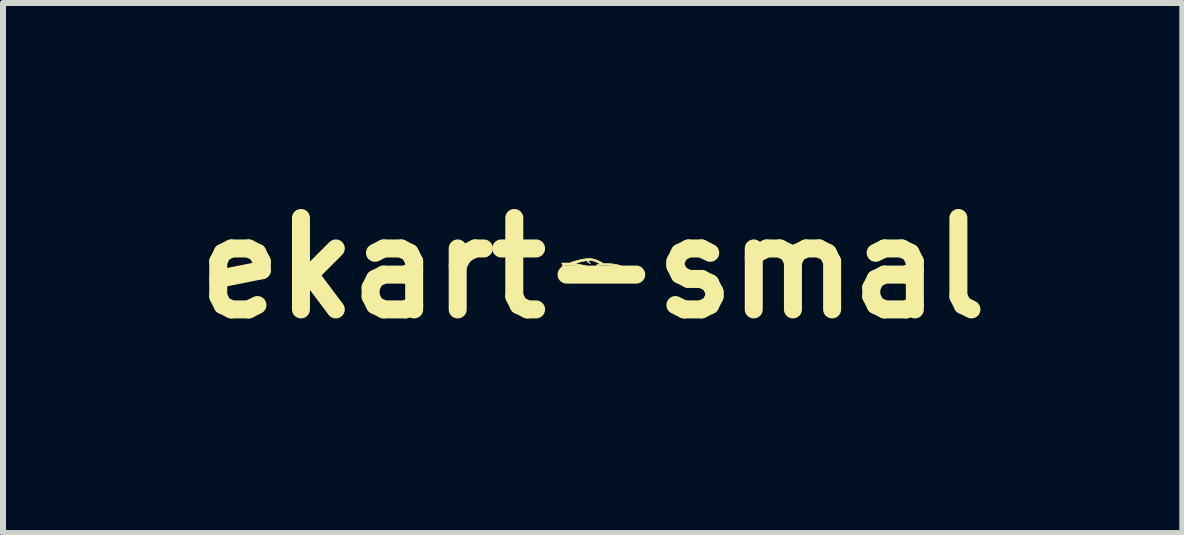
<source format=kicad_pcb>
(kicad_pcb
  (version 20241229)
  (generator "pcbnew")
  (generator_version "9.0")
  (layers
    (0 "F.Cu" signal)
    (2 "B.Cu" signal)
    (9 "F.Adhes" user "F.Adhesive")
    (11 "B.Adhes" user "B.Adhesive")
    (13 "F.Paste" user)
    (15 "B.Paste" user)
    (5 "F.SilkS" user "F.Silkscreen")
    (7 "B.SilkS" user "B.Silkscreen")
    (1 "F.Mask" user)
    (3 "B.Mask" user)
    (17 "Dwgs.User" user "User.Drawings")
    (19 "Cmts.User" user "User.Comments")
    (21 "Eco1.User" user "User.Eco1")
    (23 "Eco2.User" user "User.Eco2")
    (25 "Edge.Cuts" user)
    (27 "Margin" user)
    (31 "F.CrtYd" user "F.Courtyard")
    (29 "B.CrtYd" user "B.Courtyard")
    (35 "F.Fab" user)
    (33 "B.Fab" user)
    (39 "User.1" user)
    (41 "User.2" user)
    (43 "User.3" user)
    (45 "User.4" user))
  (footprint "ekart-smal"
    (layer "F.Cu")
    (at 6.829 1.418)
    (property "Reference" "ekart-smal" (at 0 0 0) (layer "F.SilkS") (effects (font (size 1.524 1.524) (thickness 0.3))))
    (attr through_hole)
    (fp_poly (pts (xy -0.077 -0.014) (xy -0.077 -0.013) (xy -0.079 -0.013) (xy -0.081 -0.014) (xy -0.08 -0.014) (xy -0.077 -0.015) (xy -0.077 -0.014)) (stroke (width 0.01) (type solid)) (fill yes) (layer "F.SilkS"))
    (fp_poly (pts (xy 0.108 0.125) (xy 0.114 0.125) (xy 0.116 0.127) (xy 0.117 0.128) (xy 0.116 0.13) (xy 0.112 0.131) (xy 0.105 0.132) (xy 0.098 0.132) (xy 0.088 0.132) (xy 0.082 0.131) (xy 0.079 0.13) (xy 0.079 0.128) (xy 0.08 0.126) (xy 0.083 0.125) (xy 0.09 0.125) (xy 0.098 0.124) (xy 0.108 0.125)) (stroke (width 0.01) (type solid)) (fill yes) (layer "F.SilkS"))
    (fp_poly (pts (xy 0.285 0.108) (xy 0.284 0.11) (xy 0.281 0.113) (xy 0.276 0.115) (xy 0.276 0.115) (xy 0.267 0.117) (xy 0.266 0.134) (xy 0.266 0.143) (xy 0.264 0.149) (xy 0.262 0.151) (xy 0.261 0.152) (xy 0.259 0.152) (xy 0.257 0.15) (xy 0.257 0.144) (xy 0.257 0.135) (xy 0.257 0.126) (xy 0.258 0.119) (xy 0.259 0.115) (xy 0.262 0.112) (xy 0.269 0.109) (xy 0.276 0.107) (xy 0.281 0.107) (xy 0.285 0.108)) (stroke (width 0.01) (type solid)) (fill yes) (layer "F.SilkS"))
    (fp_poly (pts (xy 0.307 0.096) (xy 0.307 0.1) (xy 0.308 0.104) (xy 0.311 0.106) (xy 0.317 0.107) (xy 0.318 0.107) (xy 0.325 0.108) (xy 0.328 0.11) (xy 0.327 0.113) (xy 0.32 0.115) (xy 0.318 0.115) (xy 0.309 0.116) (xy 0.308 0.134) (xy 0.307 0.144) (xy 0.306 0.15) (xy 0.304 0.152) (xy 0.303 0.152) (xy 0.301 0.151) (xy 0.3 0.147) (xy 0.3 0.139) (xy 0.3 0.135) (xy 0.299 0.125) (xy 0.298 0.119) (xy 0.297 0.115) (xy 0.295 0.114) (xy 0.292 0.112) (xy 0.293 0.11) (xy 0.295 0.108) (xy 0.299 0.103) (xy 0.3 0.099) (xy 0.301 0.095) (xy 0.304 0.094) (xy 0.307 0.096)) (stroke (width 0.01) (type solid)) (fill yes) (layer "F.SilkS"))
    (fp_poly (pts (xy -0.276 0.095) (xy -0.274 0.097) (xy -0.274 0.097) (xy -0.276 0.101) (xy -0.281 0.103) (xy -0.289 0.104) (xy -0.292 0.105) (xy -0.297 0.107) (xy -0.299 0.112) (xy -0.299 0.112) (xy -0.3 0.119) (xy -0.273 0.12) (xy -0.26 0.12) (xy -0.252 0.121) (xy -0.247 0.122) (xy -0.245 0.123) (xy -0.245 0.124) (xy -0.246 0.126) (xy -0.249 0.127) (xy -0.255 0.128) (xy -0.266 0.129) (xy -0.272 0.129) (xy -0.3 0.13) (xy -0.3 0.141) (xy -0.301 0.149) (xy -0.303 0.153) (xy -0.307 0.152) (xy -0.308 0.151) (xy -0.309 0.148) (xy -0.31 0.141) (xy -0.31 0.131) (xy -0.31 0.127) (xy -0.309 0.114) (xy -0.308 0.106) (xy -0.304 0.1) (xy -0.298 0.097) (xy -0.289 0.095) (xy -0.287 0.095) (xy -0.28 0.094) (xy -0.276 0.095)) (stroke (width 0.01) (type solid)) (fill yes) (layer "F.SilkS"))
    (fp_poly (pts (xy 0.132 0.097) (xy 0.133 0.101) (xy 0.134 0.11) (xy 0.135 0.124) (xy 0.154 0.115) (xy 0.164 0.11) (xy 0.171 0.108) (xy 0.174 0.108) (xy 0.176 0.109) (xy 0.176 0.111) (xy 0.173 0.114) (xy 0.166 0.118) (xy 0.162 0.12) (xy 0.154 0.124) (xy 0.148 0.127) (xy 0.145 0.129) (xy 0.145 0.13) (xy 0.147 0.131) (xy 0.152 0.135) (xy 0.16 0.139) (xy 0.161 0.139) (xy 0.171 0.144) (xy 0.176 0.148) (xy 0.178 0.151) (xy 0.175 0.152) (xy 0.174 0.152) (xy 0.17 0.151) (xy 0.163 0.148) (xy 0.154 0.144) (xy 0.152 0.144) (xy 0.135 0.135) (xy 0.134 0.143) (xy 0.133 0.149) (xy 0.13 0.152) (xy 0.127 0.151) (xy 0.126 0.149) (xy 0.125 0.145) (xy 0.125 0.138) (xy 0.125 0.127) (xy 0.125 0.12) (xy 0.125 0.109) (xy 0.126 0.101) (xy 0.127 0.097) (xy 0.129 0.095) (xy 0.13 0.095) (xy 0.132 0.097)) (stroke (width 0.01) (type solid)) (fill yes) (layer "F.SilkS"))
    (fp_poly (pts (xy 0.23 -0.017) (xy 0.235 -0.017) (xy 0.237 -0.016) (xy 0.238 -0.014) (xy 0.237 -0.013) (xy 0.235 -0.008) (xy 0.231 -0.001) (xy 0.227 0.004) (xy 0.217 0.015) (xy 0.178 0.015) (xy 0.163 0.015) (xy 0.154 0.014) (xy 0.149 0.014) (xy 0.149 0.013) (xy 0.152 0.013) (xy 0.159 0.012) (xy 0.161 0.011) (xy 0.16 0.011) (xy 0.154 0.011) (xy 0.144 0.01) (xy 0.134 0.01) (xy 0.127 0.01) (xy 0.123 0.009) (xy 0.123 0.009) (xy 0.126 0.008) (xy 0.134 0.008) (xy 0.145 0.007) (xy 0.158 0.006) (xy 0.166 0.005) (xy 0.182 0.004) (xy 0.193 0.003) (xy 0.201 0.002) (xy 0.206 0.001) (xy 0.209 -0.001) (xy 0.21 -0.002) (xy 0.211 -0.006) (xy 0.208 -0.009) (xy 0.2 -0.01) (xy 0.2 -0.01) (xy 0.195 -0.011) (xy 0.194 -0.013) (xy 0.193 -0.015) (xy 0.189 -0.016) (xy 0.188 -0.016) (xy 0.192 -0.017) (xy 0.2 -0.017) (xy 0.21 -0.017) (xy 0.222 -0.018) (xy 0.23 -0.017)) (stroke (width 0.01) (type solid)) (fill yes) (layer "F.SilkS"))
    (fp_poly (pts (xy -0.043 0.095) (xy -0.035 0.097) (xy -0.035 0.097) (xy -0.026 0.101) (xy -0.026 0.123) (xy -0.026 0.134) (xy -0.026 0.14) (xy -0.028 0.144) (xy -0.03 0.147) (xy -0.033 0.149) (xy -0.039 0.151) (xy -0.049 0.152) (xy -0.063 0.152) (xy -0.069 0.152) (xy -0.097 0.152) (xy -0.096 0.145) (xy -0.086 0.145) (xy -0.064 0.145) (xy -0.054 0.144) (xy -0.045 0.144) (xy -0.039 0.143) (xy -0.038 0.143) (xy -0.036 0.139) (xy -0.036 0.136) (xy -0.037 0.133) (xy -0.039 0.132) (xy -0.044 0.131) (xy -0.053 0.13) (xy -0.062 0.13) (xy -0.086 0.129) (xy -0.086 0.145) (xy -0.096 0.145) (xy -0.096 0.124) (xy -0.096 0.119) (xy -0.087 0.119) (xy -0.061 0.119) (xy -0.05 0.119) (xy -0.042 0.119) (xy -0.037 0.118) (xy -0.035 0.116) (xy -0.034 0.115) (xy -0.034 0.11) (xy -0.037 0.107) (xy -0.044 0.105) (xy -0.056 0.104) (xy -0.062 0.104) (xy -0.085 0.104) (xy -0.087 0.119) (xy -0.096 0.119) (xy -0.095 0.095) (xy -0.069 0.095) (xy -0.054 0.094) (xy -0.043 0.095)) (stroke (width 0.01) (type solid)) (fill yes) (layer "F.SilkS"))
    (fp_poly (pts (xy 0.054 0.108) (xy 0.063 0.109) (xy 0.07 0.114) (xy 0.074 0.122) (xy 0.073 0.129) (xy 0.072 0.131) (xy 0.07 0.132) (xy 0.065 0.133) (xy 0.056 0.134) (xy 0.046 0.134) (xy 0.036 0.135) (xy 0.027 0.135) (xy 0.022 0.136) (xy 0.02 0.137) (xy 0.023 0.14) (xy 0.028 0.143) (xy 0.035 0.145) (xy 0.037 0.145) (xy 0.042 0.146) (xy 0.043 0.149) (xy 0.041 0.151) (xy 0.035 0.152) (xy 0.028 0.152) (xy 0.021 0.15) (xy 0.018 0.149) (xy 0.014 0.147) (xy 0.012 0.143) (xy 0.011 0.137) (xy 0.011 0.13) (xy 0.01 0.123) (xy 0.018 0.123) (xy 0.022 0.125) (xy 0.028 0.125) (xy 0.037 0.125) (xy 0.046 0.125) (xy 0.055 0.124) (xy 0.061 0.123) (xy 0.063 0.122) (xy 0.062 0.119) (xy 0.057 0.117) (xy 0.049 0.115) (xy 0.041 0.114) (xy 0.032 0.115) (xy 0.025 0.116) (xy 0.022 0.118) (xy 0.019 0.121) (xy 0.018 0.123) (xy 0.01 0.123) (xy 0.01 0.114) (xy 0.019 0.11) (xy 0.029 0.108) (xy 0.042 0.107) (xy 0.054 0.108)) (stroke (width 0.01) (type solid)) (fill yes) (layer "F.SilkS"))
    (fp_poly (pts (xy -0.141 0.096) (xy -0.137 0.097) (xy -0.136 0.099) (xy -0.138 0.102) (xy -0.144 0.103) (xy -0.146 0.104) (xy -0.154 0.105) (xy -0.159 0.109) (xy -0.159 0.113) (xy -0.158 0.115) (xy -0.154 0.117) (xy -0.147 0.118) (xy -0.137 0.119) (xy -0.134 0.119) (xy -0.121 0.121) (xy -0.112 0.123) (xy -0.107 0.126) (xy -0.105 0.131) (xy -0.105 0.137) (xy -0.106 0.143) (xy -0.109 0.147) (xy -0.115 0.15) (xy -0.125 0.152) (xy -0.138 0.152) (xy -0.143 0.152) (xy -0.155 0.152) (xy -0.162 0.152) (xy -0.166 0.151) (xy -0.168 0.149) (xy -0.168 0.149) (xy -0.167 0.147) (xy -0.163 0.145) (xy -0.156 0.145) (xy -0.147 0.145) (xy -0.133 0.145) (xy -0.124 0.144) (xy -0.118 0.142) (xy -0.115 0.14) (xy -0.114 0.136) (xy -0.114 0.136) (xy -0.115 0.132) (xy -0.118 0.129) (xy -0.123 0.128) (xy -0.132 0.127) (xy -0.141 0.127) (xy -0.153 0.126) (xy -0.161 0.124) (xy -0.166 0.121) (xy -0.169 0.115) (xy -0.169 0.114) (xy -0.169 0.106) (xy -0.164 0.1) (xy -0.156 0.097) (xy -0.149 0.096) (xy -0.141 0.096)) (stroke (width 0.01) (type solid)) (fill yes) (layer "F.SilkS"))
    (fp_poly (pts (xy -0.206 0.095) (xy -0.202 0.098) (xy -0.202 0.099) (xy -0.204 0.102) (xy -0.21 0.103) (xy -0.215 0.104) (xy -0.222 0.105) (xy -0.226 0.107) (xy -0.228 0.11) (xy -0.228 0.112) (xy -0.229 0.119) (xy -0.202 0.119) (xy -0.19 0.119) (xy -0.182 0.12) (xy -0.178 0.12) (xy -0.176 0.122) (xy -0.176 0.124) (xy -0.176 0.124) (xy -0.177 0.126) (xy -0.179 0.127) (xy -0.185 0.128) (xy -0.194 0.128) (xy -0.202 0.129) (xy -0.213 0.129) (xy -0.221 0.129) (xy -0.225 0.13) (xy -0.227 0.132) (xy -0.228 0.134) (xy -0.228 0.135) (xy -0.228 0.139) (xy -0.226 0.142) (xy -0.221 0.144) (xy -0.212 0.144) (xy -0.2 0.145) (xy -0.196 0.145) (xy -0.186 0.145) (xy -0.179 0.146) (xy -0.176 0.147) (xy -0.175 0.149) (xy -0.178 0.15) (xy -0.184 0.152) (xy -0.193 0.152) (xy -0.203 0.152) (xy -0.213 0.152) (xy -0.222 0.151) (xy -0.23 0.149) (xy -0.231 0.149) (xy -0.239 0.145) (xy -0.239 0.125) (xy -0.238 0.113) (xy -0.237 0.104) (xy -0.233 0.099) (xy -0.228 0.096) (xy -0.223 0.095) (xy -0.213 0.094) (xy -0.206 0.095)) (stroke (width 0.01) (type solid)) (fill yes) (layer "F.SilkS"))
    (fp_poly (pts (xy 0.229 0.108) (xy 0.231 0.108) (xy 0.241 0.111) (xy 0.248 0.116) (xy 0.251 0.124) (xy 0.251 0.133) (xy 0.25 0.141) (xy 0.248 0.147) (xy 0.247 0.148) (xy 0.242 0.15) (xy 0.234 0.151) (xy 0.224 0.152) (xy 0.214 0.152) (xy 0.204 0.151) (xy 0.196 0.15) (xy 0.193 0.149) (xy 0.187 0.144) (xy 0.184 0.139) (xy 0.184 0.136) (xy 0.194 0.136) (xy 0.194 0.14) (xy 0.196 0.142) (xy 0.201 0.144) (xy 0.209 0.144) (xy 0.219 0.144) (xy 0.229 0.144) (xy 0.236 0.143) (xy 0.238 0.142) (xy 0.241 0.137) (xy 0.241 0.134) (xy 0.241 0.132) (xy 0.239 0.131) (xy 0.235 0.13) (xy 0.227 0.13) (xy 0.218 0.13) (xy 0.207 0.131) (xy 0.2 0.131) (xy 0.196 0.132) (xy 0.194 0.134) (xy 0.194 0.136) (xy 0.184 0.136) (xy 0.183 0.133) (xy 0.185 0.128) (xy 0.188 0.126) (xy 0.191 0.124) (xy 0.195 0.122) (xy 0.202 0.121) (xy 0.212 0.12) (xy 0.216 0.12) (xy 0.227 0.119) (xy 0.234 0.118) (xy 0.236 0.117) (xy 0.236 0.117) (xy 0.231 0.115) (xy 0.225 0.114) (xy 0.22 0.113) (xy 0.218 0.11) (xy 0.219 0.108) (xy 0.222 0.107) (xy 0.229 0.108)) (stroke (width 0.01) (type solid)) (fill yes) (layer "F.SilkS"))
    (fp_poly (pts (xy -0.03 -0.157) (xy -0.015 -0.156) (xy -0.009 -0.155) (xy 0.021 -0.148) (xy 0.054 -0.137) (xy 0.088 -0.124) (xy 0.122 -0.108) (xy 0.15 -0.093) (xy 0.179 -0.077) (xy 0.237 -0.075) (xy 0.29 -0.073) (xy 0.339 -0.068) (xy 0.384 -0.061) (xy 0.425 -0.052) (xy 0.455 -0.043) (xy 0.468 -0.038) (xy 0.482 -0.033) (xy 0.494 -0.027) (xy 0.504 -0.022) (xy 0.512 -0.017) (xy 0.516 -0.014) (xy 0.516 -0.012) (xy 0.515 -0.007) (xy 0.514 -0.005) (xy 0.512 0.002) (xy 0.507 0.01) (xy 0.501 0.019) (xy 0.495 0.027) (xy 0.488 0.035) (xy 0.483 0.039) (xy 0.48 0.041) (xy 0.48 0.039) (xy 0.481 0.033) (xy 0.483 0.027) (xy 0.486 0.019) (xy 0.488 0.013) (xy 0.489 0.01) (xy 0.488 0.007) (xy 0.484 0.004) (xy 0.475 -0.000205) (xy 0.471 -0.002) (xy 0.433 -0.016) (xy 0.394 -0.027) (xy 0.351 -0.036) (xy 0.305 -0.043) (xy 0.277 -0.046) (xy 0.259 -0.047) (xy 0.238 -0.048) (xy 0.215 -0.048) (xy 0.19 -0.048) (xy 0.166 -0.048) (xy 0.144 -0.047) (xy 0.125 -0.046) (xy 0.119 -0.046) (xy 0.106 -0.045) (xy 0.093 -0.043) (xy 0.082 -0.043) (xy 0.076 -0.042) (xy 0.062 -0.041) (xy 0.072 -0.044) (xy 0.081 -0.047) (xy 0.089 -0.048) (xy 0.09 -0.048) (xy 0.098 -0.05) (xy 0.105 -0.052) (xy 0.109 -0.054) (xy 0.11 -0.055) (xy 0.107 -0.055) (xy 0.099 -0.054) (xy 0.085 -0.053) (xy 0.075 -0.052) (xy 0.068 -0.052) (xy 0.065 -0.051) (xy 0.065 -0.052) (xy 0.067 -0.052) (xy 0.07 -0.053) (xy 0.07 -0.053) (xy 0.076 -0.055) (xy 0.085 -0.057) (xy 0.096 -0.059) (xy 0.099 -0.06) (xy 0.109 -0.062) (xy 0.117 -0.064) (xy 0.122 -0.066) (xy 0.123 -0.066) (xy 0.121 -0.068) (xy 0.116 -0.071) (xy 0.108 -0.076) (xy 0.098 -0.082) (xy 0.085 -0.089) (xy 0.072 -0.095) (xy 0.058 -0.101) (xy 0.054 -0.103) (xy 0.031 -0.112) (xy 0.011 -0.118) (xy -0.008 -0.123) (xy -0.027 -0.125) (xy -0.044 -0.125) (xy -0.055 -0.125) (xy -0.065 -0.125) (xy -0.072 -0.125) (xy -0.075 -0.124) (xy -0.074 -0.122) (xy -0.071 -0.116) (xy -0.065 -0.108) (xy -0.058 -0.098) (xy -0.057 -0.097) (xy -0.05 -0.087) (xy -0.044 -0.079) (xy -0.04 -0.073) (xy -0.038 -0.07) (xy -0.038 -0.07) (xy -0.041 -0.071) (xy -0.046 -0.075) (xy -0.054 -0.081) (xy -0.064 -0.089) (xy -0.072 -0.095) (xy -0.084 -0.104) (xy -0.094 -0.112) (xy -0.102 -0.118) (xy -0.108 -0.121) (xy -0.11 -0.122) (xy -0.115 -0.121) (xy -0.123 -0.12) (xy -0.135 -0.118) (xy -0.148 -0.115) (xy -0.162 -0.112) (xy -0.176 -0.109) (xy -0.189 -0.106) (xy -0.197 -0.104) (xy -0.207 -0.102) (xy -0.219 -0.098) (xy -0.232 -0.094) (xy -0.246 -0.09) (xy -0.26 -0.085) (xy -0.272 -0.081) (xy -0.282 -0.078) (xy -0.289 -0.075) (xy -0.292 -0.074) (xy -0.292 -0.074) (xy -0.29 -0.073) (xy -0.283 -0.071) (xy -0.274 -0.07) (xy -0.269 -0.069) (xy -0.236 -0.064) (xy -0.201 -0.057) (xy -0.163 -0.049) (xy -0.135 -0.042) (xy -0.113 -0.036) (xy -0.097 -0.032) (xy -0.085 -0.029) (xy -0.079 -0.027) (xy -0.077 -0.026) (xy -0.08 -0.025) (xy -0.088 -0.026) (xy -0.101 -0.028) (xy -0.118 -0.031) (xy -0.121 -0.032) (xy -0.138 -0.035) (xy -0.151 -0.037) (xy -0.159 -0.038) (xy -0.162 -0.038) (xy -0.161 -0.037) (xy -0.154 -0.035) (xy -0.146 -0.033) (xy -0.126 -0.028) (xy -0.11 -0.024) (xy -0.097 -0.02) (xy -0.089 -0.018) (xy -0.085 -0.016) (xy -0.085 -0.016) (xy -0.088 -0.016) (xy -0.094 -0.017) (xy -0.105 -0.018) (xy -0.117 -0.02) (xy -0.127 -0.021) (xy -0.167 -0.027) (xy -0.203 -0.032) (xy -0.237 -0.036) (xy -0.269 -0.039) (xy -0.3 -0.042) (xy -0.333 -0.043) (xy -0.367 -0.044) (xy -0.386 -0.045) (xy -0.459 -0.046) (xy -0.474 -0.021) (xy -0.482 -0.007) (xy -0.488 0.003) (xy -0.492 0.01) (xy -0.494 0.014) (xy -0.495 0.017) (xy -0.495 0.018) (xy -0.495 0.019) (xy -0.495 0.019) (xy -0.492 0.02) (xy -0.485 0.021) (xy -0.476 0.023) (xy -0.475 0.023) (xy -0.463 0.025) (xy -0.456 0.027) (xy -0.454 0.029) (xy -0.457 0.03) (xy -0.466 0.03) (xy -0.475 0.031) (xy -0.499 0.031) (xy -0.476 0.036) (xy -0.453 0.04) (xy -0.491 0.04) (xy -0.505 0.04) (xy -0.516 0.04) (xy -0.522 0.04) (xy -0.525 0.039) (xy -0.527 0.038) (xy -0.526 0.037) (xy -0.526 0.036) (xy -0.524 0.032) (xy -0.527 0.031) (xy -0.528 0.03) (xy -0.532 0.03) (xy -0.533 0.028) (xy -0.532 0.025) (xy -0.529 0.019) (xy -0.525 0.009) (xy -0.519 -0.003) (xy -0.515 -0.013) (xy -0.496 -0.052) (xy -0.504 -0.06) (xy -0.51 -0.066) (xy -0.511 -0.069) (xy -0.51 -0.069) (xy -0.509 -0.071) (xy -0.512 -0.075) (xy -0.512 -0.075) (xy -0.517 -0.079) (xy -0.518 -0.082) (xy -0.516 -0.082) (xy -0.508 -0.083) (xy -0.496 -0.084) (xy -0.479 -0.084) (xy -0.456 -0.084) (xy -0.443 -0.084) (xy -0.419 -0.084) (xy -0.401 -0.084) (xy -0.386 -0.084) (xy -0.375 -0.084) (xy -0.367 -0.085) (xy -0.362 -0.086) (xy -0.359 -0.086) (xy -0.352 -0.09) (xy -0.359 -0.091) (xy -0.363 -0.092) (xy -0.363 -0.093) (xy -0.36 -0.095) (xy -0.353 -0.097) (xy -0.349 -0.099) (xy -0.304 -0.113) (xy -0.259 -0.125) (xy -0.213 -0.137) (xy -0.169 -0.146) (xy -0.128 -0.153) (xy -0.121 -0.154) (xy -0.105 -0.155) (xy -0.086 -0.157) (xy -0.067 -0.157) (xy -0.047 -0.157) (xy -0.03 -0.157)) (stroke (width 0.01) (type solid)) (fill yes) (layer "F.SilkS")))
  (gr_rect
    (start -3 -3)
    (end 16.658 5.836)
    (stroke (width 0.1) (type default))
    (fill no)
    (layer "Edge.Cuts")))
</source>
